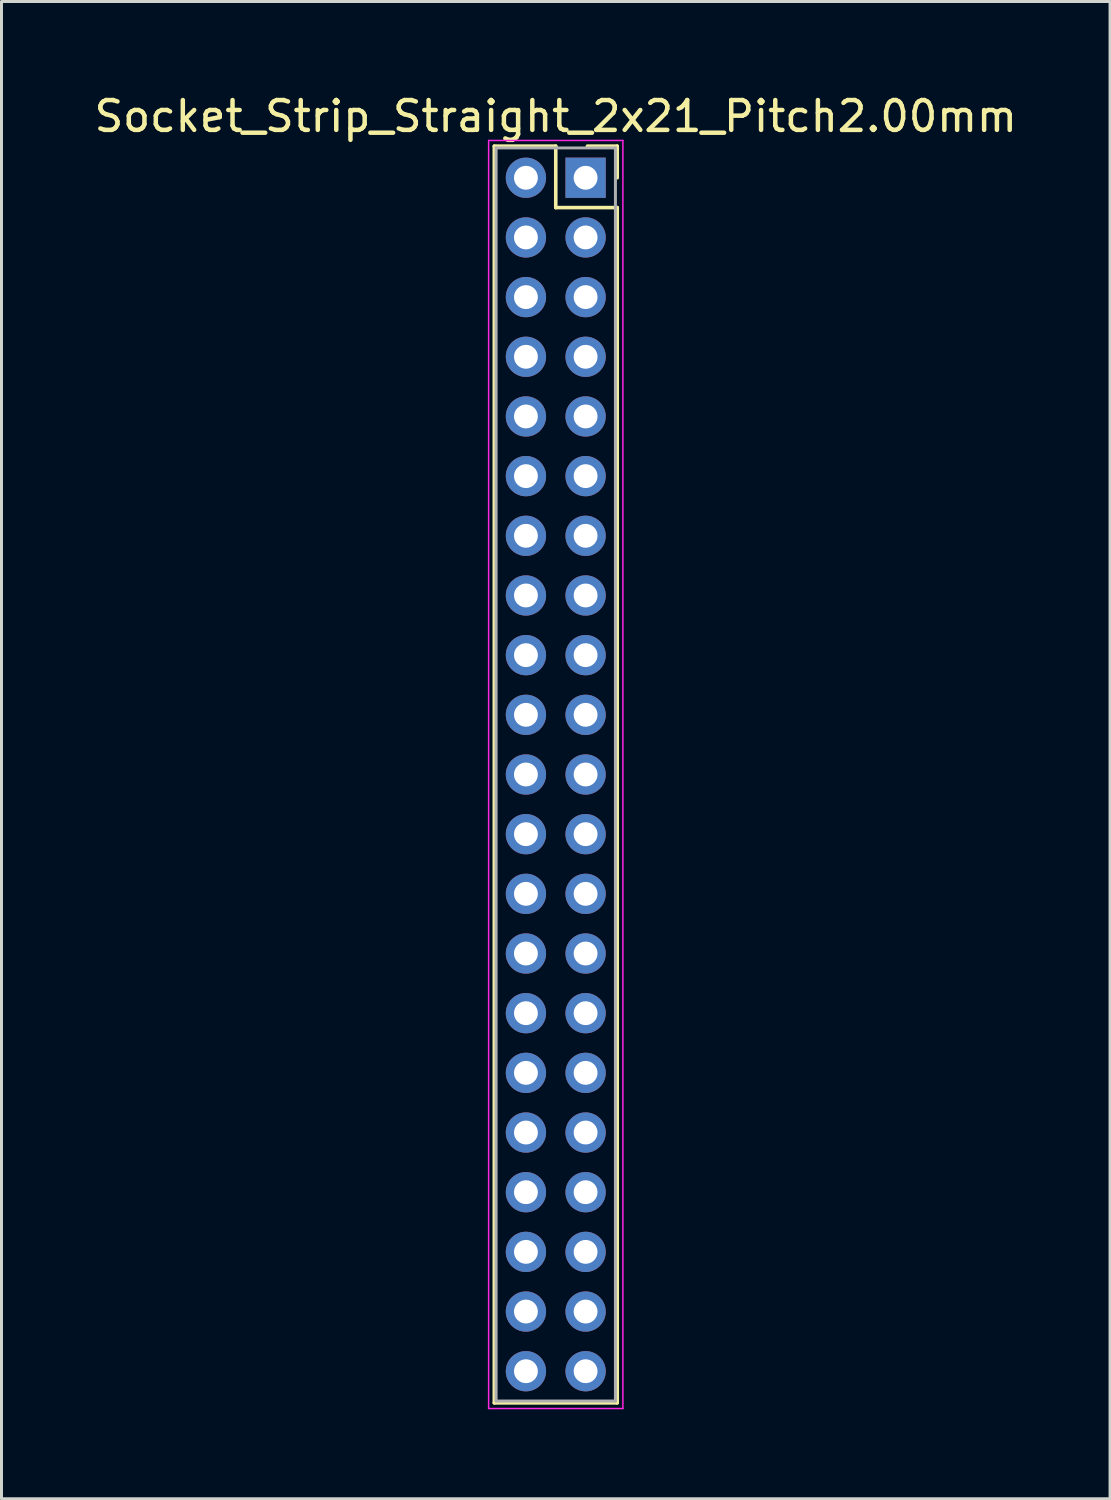
<source format=kicad_pcb>
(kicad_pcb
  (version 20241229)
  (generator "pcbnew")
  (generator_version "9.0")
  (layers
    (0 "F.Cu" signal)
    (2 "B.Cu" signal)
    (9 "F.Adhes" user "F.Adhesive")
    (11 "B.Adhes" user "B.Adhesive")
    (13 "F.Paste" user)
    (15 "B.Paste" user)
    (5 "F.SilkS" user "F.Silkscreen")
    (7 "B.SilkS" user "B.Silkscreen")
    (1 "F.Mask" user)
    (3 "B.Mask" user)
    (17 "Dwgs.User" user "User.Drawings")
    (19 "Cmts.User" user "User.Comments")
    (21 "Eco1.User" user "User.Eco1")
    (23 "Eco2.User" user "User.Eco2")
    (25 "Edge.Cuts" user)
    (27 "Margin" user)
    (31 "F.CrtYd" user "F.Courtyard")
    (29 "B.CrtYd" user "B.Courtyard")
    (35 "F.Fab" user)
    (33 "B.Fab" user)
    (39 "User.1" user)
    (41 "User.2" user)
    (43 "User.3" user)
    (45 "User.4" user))
  (footprint "Socket_Strip_Straight_2x21_Pitch2.00mm"
    (layer "F.Cu")
    (at 16.577 2.908)
    (property "Reference" "Socket_Strip_Straight_2x21_Pitch2.00mm" (at -1 -2.06 0) (layer "F.SilkS") (effects (font (size 1 1) (thickness 0.15))))
    (attr through_hole)
    (fp_line (start -3.06 -1.06) (end -1 -1.06) (stroke (width 0.12) (type solid)) (layer "F.SilkS"))
    (fp_line (start -3.06 41.06) (end -3.06 -1.06) (stroke (width 0.12) (type solid)) (layer "F.SilkS"))
    (fp_line (start -1 -1.06) (end -1 1) (stroke (width 0.12) (type solid)) (layer "F.SilkS"))
    (fp_line (start -1 1) (end 1.06 1) (stroke (width 0.12) (type solid)) (layer "F.SilkS"))
    (fp_line (start 1.06 -1.06) (end 0.06 -1.06) (stroke (width 0.12) (type solid)) (layer "F.SilkS"))
    (fp_line (start 1.06 0) (end 1.06 -1.06) (stroke (width 0.12) (type solid)) (layer "F.SilkS"))
    (fp_line (start 1.06 1) (end 1.06 41.06) (stroke (width 0.12) (type solid)) (layer "F.SilkS"))
    (fp_line (start 1.06 41.06) (end -3.06 41.06) (stroke (width 0.12) (type solid)) (layer "F.SilkS"))
    (fp_line (start -3.25 -1.25) (end -3.25 41.25) (stroke (width 0.05) (type solid)) (layer "F.CrtYd"))
    (fp_line (start -3.25 41.25) (end 1.25 41.25) (stroke (width 0.05) (type solid)) (layer "F.CrtYd"))
    (fp_line (start 1.25 -1.25) (end -3.25 -1.25) (stroke (width 0.05) (type solid)) (layer "F.CrtYd"))
    (fp_line (start 1.25 41.25) (end 1.25 -1.25) (stroke (width 0.05) (type solid)) (layer "F.CrtYd"))
    (fp_line (start -3 -1) (end -3 41) (stroke (width 0.1) (type solid)) (layer "F.Fab"))
    (fp_line (start -3 41) (end 1 41) (stroke (width 0.1) (type solid)) (layer "F.Fab"))
    (fp_line (start 1 -1) (end -3 -1) (stroke (width 0.1) (type solid)) (layer "F.Fab"))
    (fp_line (start 1 41) (end 1 -1) (stroke (width 0.1) (type solid)) (layer "F.Fab"))
    (pad "1" thru_hole rect (at 0 0) (size 1.35 1.35) (drill 0.8) (layers "*.Cu" "*.Mask"))
    (pad "2" thru_hole oval (at -2 0) (size 1.35 1.35) (drill 0.8) (layers "*.Cu" "*.Mask"))
    (pad "3" thru_hole oval (at 0 2) (size 1.35 1.35) (drill 0.8) (layers "*.Cu" "*.Mask"))
    (pad "4" thru_hole oval (at -2 2) (size 1.35 1.35) (drill 0.8) (layers "*.Cu" "*.Mask"))
    (pad "5" thru_hole oval (at 0 4) (size 1.35 1.35) (drill 0.8) (layers "*.Cu" "*.Mask"))
    (pad "6" thru_hole oval (at -2 4) (size 1.35 1.35) (drill 0.8) (layers "*.Cu" "*.Mask"))
    (pad "7" thru_hole oval (at 0 6) (size 1.35 1.35) (drill 0.8) (layers "*.Cu" "*.Mask"))
    (pad "8" thru_hole oval (at -2 6) (size 1.35 1.35) (drill 0.8) (layers "*.Cu" "*.Mask"))
    (pad "9" thru_hole oval (at 0 8) (size 1.35 1.35) (drill 0.8) (layers "*.Cu" "*.Mask"))
    (pad "10" thru_hole oval (at -2 8) (size 1.35 1.35) (drill 0.8) (layers "*.Cu" "*.Mask"))
    (pad "11" thru_hole oval (at 0 10) (size 1.35 1.35) (drill 0.8) (layers "*.Cu" "*.Mask"))
    (pad "12" thru_hole oval (at -2 10) (size 1.35 1.35) (drill 0.8) (layers "*.Cu" "*.Mask"))
    (pad "13" thru_hole oval (at 0 12) (size 1.35 1.35) (drill 0.8) (layers "*.Cu" "*.Mask"))
    (pad "14" thru_hole oval (at -2 12) (size 1.35 1.35) (drill 0.8) (layers "*.Cu" "*.Mask"))
    (pad "15" thru_hole oval (at 0 14) (size 1.35 1.35) (drill 0.8) (layers "*.Cu" "*.Mask"))
    (pad "16" thru_hole oval (at -2 14) (size 1.35 1.35) (drill 0.8) (layers "*.Cu" "*.Mask"))
    (pad "17" thru_hole oval (at 0 16) (size 1.35 1.35) (drill 0.8) (layers "*.Cu" "*.Mask"))
    (pad "18" thru_hole oval (at -2 16) (size 1.35 1.35) (drill 0.8) (layers "*.Cu" "*.Mask"))
    (pad "19" thru_hole oval (at 0 18) (size 1.35 1.35) (drill 0.8) (layers "*.Cu" "*.Mask"))
    (pad "20" thru_hole oval (at -2 18) (size 1.35 1.35) (drill 0.8) (layers "*.Cu" "*.Mask"))
    (pad "21" thru_hole oval (at 0 20) (size 1.35 1.35) (drill 0.8) (layers "*.Cu" "*.Mask"))
    (pad "22" thru_hole oval (at -2 20) (size 1.35 1.35) (drill 0.8) (layers "*.Cu" "*.Mask"))
    (pad "23" thru_hole oval (at 0 22) (size 1.35 1.35) (drill 0.8) (layers "*.Cu" "*.Mask"))
    (pad "24" thru_hole oval (at -2 22) (size 1.35 1.35) (drill 0.8) (layers "*.Cu" "*.Mask"))
    (pad "25" thru_hole oval (at 0 24) (size 1.35 1.35) (drill 0.8) (layers "*.Cu" "*.Mask"))
    (pad "26" thru_hole oval (at -2 24) (size 1.35 1.35) (drill 0.8) (layers "*.Cu" "*.Mask"))
    (pad "27" thru_hole oval (at 0 26) (size 1.35 1.35) (drill 0.8) (layers "*.Cu" "*.Mask"))
    (pad "28" thru_hole oval (at -2 26) (size 1.35 1.35) (drill 0.8) (layers "*.Cu" "*.Mask"))
    (pad "29" thru_hole oval (at 0 28) (size 1.35 1.35) (drill 0.8) (layers "*.Cu" "*.Mask"))
    (pad "30" thru_hole oval (at -2 28) (size 1.35 1.35) (drill 0.8) (layers "*.Cu" "*.Mask"))
    (pad "31" thru_hole oval (at 0 30) (size 1.35 1.35) (drill 0.8) (layers "*.Cu" "*.Mask"))
    (pad "32" thru_hole oval (at -2 30) (size 1.35 1.35) (drill 0.8) (layers "*.Cu" "*.Mask"))
    (pad "33" thru_hole oval (at 0 32) (size 1.35 1.35) (drill 0.8) (layers "*.Cu" "*.Mask"))
    (pad "34" thru_hole oval (at -2 32) (size 1.35 1.35) (drill 0.8) (layers "*.Cu" "*.Mask"))
    (pad "35" thru_hole oval (at 0 34) (size 1.35 1.35) (drill 0.8) (layers "*.Cu" "*.Mask"))
    (pad "36" thru_hole oval (at -2 34) (size 1.35 1.35) (drill 0.8) (layers "*.Cu" "*.Mask"))
    (pad "37" thru_hole oval (at 0 36) (size 1.35 1.35) (drill 0.8) (layers "*.Cu" "*.Mask"))
    (pad "38" thru_hole oval (at -2 36) (size 1.35 1.35) (drill 0.8) (layers "*.Cu" "*.Mask"))
    (pad "39" thru_hole oval (at 0 38) (size 1.35 1.35) (drill 0.8) (layers "*.Cu" "*.Mask"))
    (pad "40" thru_hole oval (at -2 38) (size 1.35 1.35) (drill 0.8) (layers "*.Cu" "*.Mask"))
    (pad "41" thru_hole oval (at 0 40) (size 1.35 1.35) (drill 0.8) (layers "*.Cu" "*.Mask"))
    (pad "42" thru_hole oval (at -2 40) (size 1.35 1.35) (drill 0.8) (layers "*.Cu" "*.Mask")))
  (gr_rect
    (start -3 -3)
    (end 34.155 47.183)
    (stroke (width 0.1) (type default))
    (fill no)
    (layer "Edge.Cuts")))
</source>
